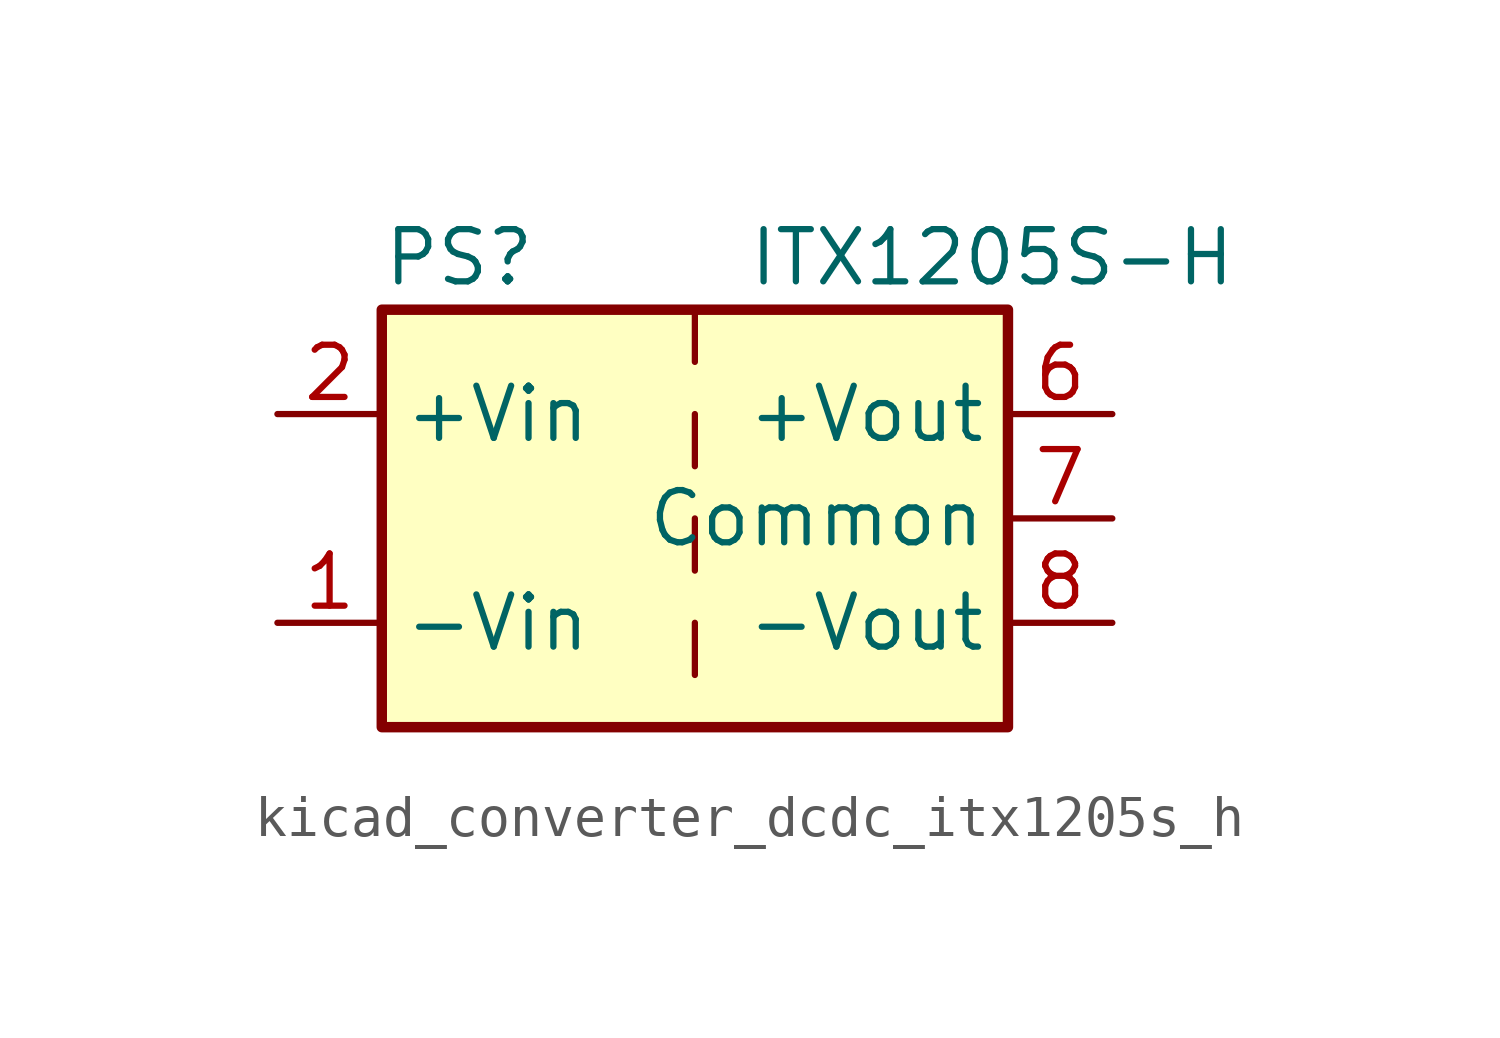
<source format=kicad_sym>
(kicad_symbol_lib
  (version 20220914)
  (generator kicad_symbol_editor)
  (symbol "kicad_converter_dcdc_itx1205s_h"
    (property "Reference" "PS"
      (at -7.62 6.35 0)
      (effects (font (size 1.27 1.27)) (justify left)))
    (property "Value" "ITX1205S-H"
      (at 1.27 6.35 0)
      (effects (font (size 1.27 1.27)) (justify left)))
    (symbol "kicad_converter_dcdc_itx1205s_h_0_0"
      (pin power_in line (at -10.16 -2.54 0) (length 2.54) (name "-Vin" (effects (font (size 1.27 1.27)))) (number "1" (effects (font (size 1.27 1.27)))))
      (pin power_in line (at -10.16 2.54 0) (length 2.54) (name "+Vin" (effects (font (size 1.27 1.27)))) (number "2" (effects (font (size 1.27 1.27)))))
      (pin no_connect line (at 0 -5.08 90) (length 2.54) hide (name "NC" (effects (font (size 1.27 1.27)))) (number "3" (effects (font (size 1.27 1.27)))))
      (pin no_connect line (at 0 5.08 270) (length 2.54) hide (name "NC" (effects (font (size 1.27 1.27)))) (number "5" (effects (font (size 1.27 1.27)))))
      (pin power_out line (at 10.16 2.54 180) (length 2.54) (name "+Vout" (effects (font (size 1.27 1.27)))) (number "6" (effects (font (size 1.27 1.27)))))
      (pin power_out line (at 10.16 0 180) (length 2.54) (name "Common" (effects (font (size 1.27 1.27)))) (number "7" (effects (font (size 1.27 1.27)))))
      (pin power_out line (at 10.16 -2.54 180) (length 2.54) (name "-Vout" (effects (font (size 1.27 1.27)))) (number "8" (effects (font (size 1.27 1.27))))))
    (symbol "kicad_converter_dcdc_itx1205s_h_0_1"
      (rectangle (start -7.62 5.08) (end 7.62 -5.08) (stroke (width 0.254) (type default)) (fill (type background)))
      (polyline (pts (xy 0 -2.54) (xy 0 -3.81)) (stroke (width 0) (type default)) (fill (type none)))
      (polyline (pts (xy 0 0) (xy 0 -1.27)) (stroke (width 0) (type default)) (fill (type none)))
      (polyline (pts (xy 0 2.54) (xy 0 1.27)) (stroke (width 0) (type default)) (fill (type none)))
      (polyline (pts (xy 0 5.08) (xy 0 3.81)) (stroke (width 0) (type default)) (fill (type none))))))
</source>
